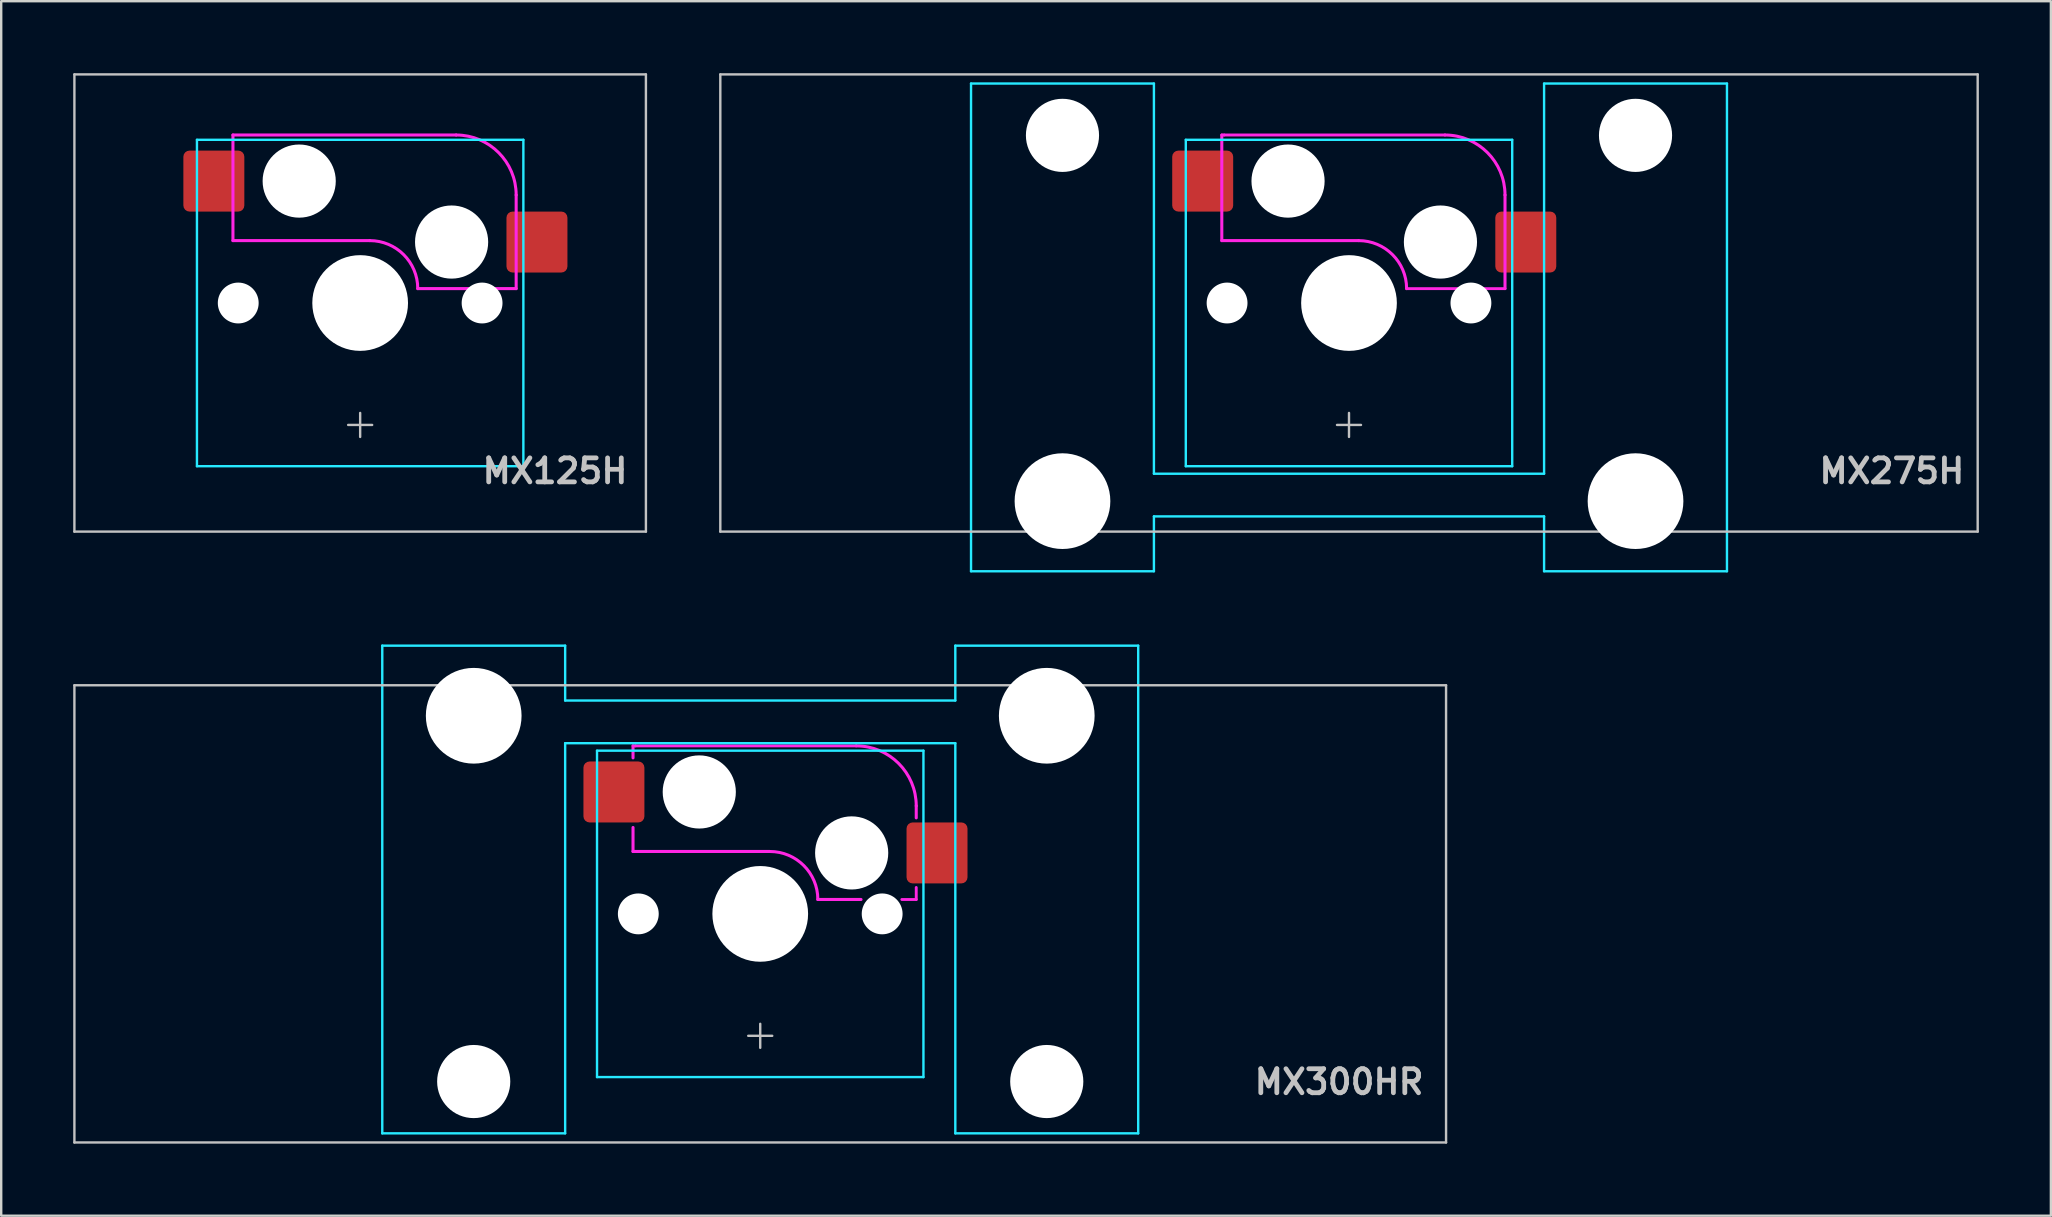
<source format=kicad_pcb>
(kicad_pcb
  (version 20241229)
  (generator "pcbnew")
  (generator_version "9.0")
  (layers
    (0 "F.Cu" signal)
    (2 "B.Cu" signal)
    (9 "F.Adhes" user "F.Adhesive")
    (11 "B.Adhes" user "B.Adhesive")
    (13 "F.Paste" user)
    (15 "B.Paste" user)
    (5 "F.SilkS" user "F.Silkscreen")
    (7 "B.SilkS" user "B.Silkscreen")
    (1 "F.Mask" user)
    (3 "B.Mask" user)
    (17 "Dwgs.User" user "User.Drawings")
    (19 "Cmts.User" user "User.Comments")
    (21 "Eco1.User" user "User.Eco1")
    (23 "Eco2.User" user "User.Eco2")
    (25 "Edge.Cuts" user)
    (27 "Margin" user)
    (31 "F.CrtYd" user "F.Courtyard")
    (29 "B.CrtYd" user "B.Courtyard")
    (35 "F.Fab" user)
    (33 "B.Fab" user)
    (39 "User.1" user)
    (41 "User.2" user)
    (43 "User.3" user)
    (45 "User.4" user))
  (footprint "MX125H"
    (layer "F.Cu")
    (at 11.956 9.575)
    (property "Reference" "MX125H" (at 11.25 7 180) (layer "Dwgs.User") (effects (font (size 1 1) (thickness 0.2)) (justify right)))
    (attr smd)
    (fp_line (start -11.906 -9.525) (end -11.906 9.525) (stroke (width 0.1) (type solid)) (layer "Dwgs.User"))
    (fp_line (start -11.906 -9.525) (end 11.906 -9.525) (stroke (width 0.1) (type solid)) (layer "Dwgs.User"))
    (fp_line (start -11.906 9.525) (end 11.906 9.525) (stroke (width 0.1) (type solid)) (layer "Dwgs.User"))
    (fp_line (start -0.5 5.08) (end 0.5 5.08) (stroke (width 0.1) (type solid)) (layer "Dwgs.User"))
    (fp_line (start 0 4.58) (end 0 5.58) (stroke (width 0.1) (type solid)) (layer "Dwgs.User"))
    (fp_line (start 11.906 9.525) (end 11.906 -9.525) (stroke (width 0.1) (type solid)) (layer "Dwgs.User"))
    (fp_line (start -7 -6.5) (end -7 6.5) (stroke (width 0.1) (type solid)) (layer "Eco1.User"))
    (fp_line (start -6.5 7) (end 6.5 7) (stroke (width 0.1) (type solid)) (layer "Eco1.User"))
    (fp_line (start 6.5 -7) (end -6.5 -7) (stroke (width 0.1) (type solid)) (layer "Eco1.User"))
    (fp_line (start 7 6.5) (end 7 -6.5) (stroke (width 0.1) (type solid)) (layer "Eco1.User"))
    (fp_arc (start -7 -6.5) (mid -6.853553 -6.853553) (end -6.5 -7) (stroke (width 0.1) (type solid)) (layer "Eco1.User"))
    (fp_arc (start -6.5 7) (mid -6.853553 6.853553) (end -7 6.5) (stroke (width 0.1) (type solid)) (layer "Eco1.User"))
    (fp_arc (start 6.5 -7) (mid 6.853553 -6.853553) (end 7 -6.5) (stroke (width 0.1) (type solid)) (layer "Eco1.User"))
    (fp_arc (start 7 6.5) (mid 6.853553 6.853553) (end 6.5 7) (stroke (width 0.1) (type solid)) (layer "Eco1.User"))
    (fp_line (start -6.8 -6.8) (end -6.8 6.8) (stroke (width 0.1) (type solid)) (layer "B.CrtYd"))
    (fp_line (start -6.8 -6.8) (end 6.8 -6.8) (stroke (width 0.1) (type solid)) (layer "B.CrtYd"))
    (fp_line (start -6.8 6.8) (end 6.8 6.8) (stroke (width 0.1) (type solid)) (layer "B.CrtYd"))
    (fp_line (start 6.8 -6.8) (end 6.8 6.8) (stroke (width 0.1) (type solid)) (layer "B.CrtYd"))
    (fp_line (start -5.3 -7) (end -5.3 -2.6) (stroke (width 0.127) (type solid)) (layer "F.CrtYd"))
    (fp_line (start -5.3 -7) (end 4 -7) (stroke (width 0.127) (type solid)) (layer "F.CrtYd"))
    (fp_line (start 0.4 -2.6) (end -5.3 -2.6) (stroke (width 0.127) (type solid)) (layer "F.CrtYd"))
    (fp_line (start 6.5 -4.5) (end 6.5 -0.6) (stroke (width 0.127) (type solid)) (layer "F.CrtYd"))
    (fp_line (start 6.5 -0.6) (end 2.4 -0.6) (stroke (width 0.127) (type solid)) (layer "F.CrtYd"))
    (fp_arc (start 0.4 -2.6) (mid 1.814214 -2.014214) (end 2.4 -0.6) (stroke (width 0.127) (type solid)) (layer "F.CrtYd"))
    (fp_arc (start 4 -7) (mid 5.767767 -6.267767) (end 6.5 -4.5) (stroke (width 0.127) (type solid)) (layer "F.CrtYd"))
    (pad "" np_thru_hole circle (at -5.08 0) (size 1.702 1.702) (drill 1.702) (layers "*.Cu" "*.Mask"))
    (pad "" np_thru_hole circle (at -2.54 -5.08) (size 3.048 3.048) (drill 3.048) (layers "*.Cu" "*.Mask"))
    (pad "" np_thru_hole circle (at 0 0) (size 3.988 3.988) (drill 3.988) (layers "*.Cu" "*.Mask"))
    (pad "" np_thru_hole circle (at 3.81 -2.54 90) (size 3.048 3.048) (drill 3.048) (layers "*.Cu" "*.Mask"))
    (pad "" np_thru_hole circle (at 5.08 0) (size 1.702 1.702) (drill 1.702) (layers "*.Cu" "*.Mask"))
    (pad "1" smd roundrect (at -6.096 -5.08) (size 2.54 2.54) (layers "F.Cu" "F.Mask") (roundrect_rratio 0.1))
    (pad "2" smd roundrect (at 7.366 -2.54) (size 2.54 2.54) (layers "F.Cu" "F.Mask") (roundrect_rratio 0.1)))
  (footprint "MX300HR"
    (layer "F.Cu")
    (at 28.625 35.027)
    (property "Reference" "MX300HR" (at 27.75 7 0) (layer "Dwgs.User") (effects (font (size 1 1) (thickness 0.2)) (justify right)))
    (attr smd)
    (fp_line (start -28.575 -9.525) (end -28.575 9.525) (stroke (width 0.1) (type solid)) (layer "Dwgs.User"))
    (fp_line (start -28.575 -9.525) (end 28.575 -9.525) (stroke (width 0.1) (type solid)) (layer "Dwgs.User"))
    (fp_line (start -28.575 9.525) (end 28.575 9.525) (stroke (width 0.1) (type solid)) (layer "Dwgs.User"))
    (fp_line (start -0.5 5.08) (end 0.5 5.08) (stroke (width 0.1) (type solid)) (layer "Dwgs.User"))
    (fp_line (start 0 4.58) (end 0 5.58) (stroke (width 0.1) (type solid)) (layer "Dwgs.User"))
    (fp_line (start 28.575 -9.525) (end 28.575 9.525) (stroke (width 0.1) (type solid)) (layer "Dwgs.User"))
    (fp_line (start -15.438 -8.515) (end -15.438 5.485) (stroke (width 0.1) (type solid)) (layer "Eco1.User"))
    (fp_line (start -14.938 -9.015) (end -8.938 -9.015) (stroke (width 0.1) (type solid)) (layer "Eco1.User"))
    (fp_line (start -8.938 5.985) (end -14.938 5.985) (stroke (width 0.1) (type solid)) (layer "Eco1.User"))
    (fp_line (start -8.438 5.485) (end -8.438 -8.515) (stroke (width 0.1) (type solid)) (layer "Eco1.User"))
    (fp_line (start -7 -6.5) (end -7 6.5) (stroke (width 0.1) (type solid)) (layer "Eco1.User"))
    (fp_line (start -6.5 7) (end 6.5 7) (stroke (width 0.1) (type solid)) (layer "Eco1.User"))
    (fp_line (start 6.5 -7) (end -6.5 -7) (stroke (width 0.1) (type solid)) (layer "Eco1.User"))
    (fp_line (start 7 6.5) (end 7 -6.5) (stroke (width 0.1) (type solid)) (layer "Eco1.User"))
    (fp_line (start 8.438 -8.515) (end 8.438 5.485) (stroke (width 0.1) (type solid)) (layer "Eco1.User"))
    (fp_line (start 8.938 -9.015) (end 14.938 -9.015) (stroke (width 0.1) (type solid)) (layer "Eco1.User"))
    (fp_line (start 14.938 5.985) (end 8.938 5.985) (stroke (width 0.1) (type solid)) (layer "Eco1.User"))
    (fp_line (start 15.438 5.485) (end 15.438 -8.515) (stroke (width 0.1) (type solid)) (layer "Eco1.User"))
    (fp_arc (start -15.438 -8.515) (mid -15.291553 -8.868553) (end -14.938 -9.015) (stroke (width 0.1) (type solid)) (layer "Eco1.User"))
    (fp_arc (start -14.938 5.985) (mid -15.291553 5.838553) (end -15.438 5.485) (stroke (width 0.1) (type solid)) (layer "Eco1.User"))
    (fp_arc (start -8.938 -9.015) (mid -8.584447 -8.868553) (end -8.438 -8.515) (stroke (width 0.1) (type solid)) (layer "Eco1.User"))
    (fp_arc (start -8.438 5.485) (mid -8.584447 5.838553) (end -8.938 5.985) (stroke (width 0.1) (type solid)) (layer "Eco1.User"))
    (fp_arc (start -7 -6.5) (mid -6.853553 -6.853553) (end -6.5 -7) (stroke (width 0.1) (type solid)) (layer "Eco1.User"))
    (fp_arc (start -6.5 7) (mid -6.853553 6.853553) (end -7 6.5) (stroke (width 0.1) (type solid)) (layer "Eco1.User"))
    (fp_arc (start 6.5 -7) (mid 6.853553 -6.853553) (end 7 -6.5) (stroke (width 0.1) (type solid)) (layer "Eco1.User"))
    (fp_arc (start 7 6.5) (mid 6.853553 6.853553) (end 6.5 7) (stroke (width 0.1) (type solid)) (layer "Eco1.User"))
    (fp_arc (start 8.438 -8.515) (mid 8.584447 -8.868553) (end 8.938 -9.015) (stroke (width 0.1) (type solid)) (layer "Eco1.User"))
    (fp_arc (start 8.938 5.985) (mid 8.584447 5.838553) (end 8.438 5.485) (stroke (width 0.1) (type solid)) (layer "Eco1.User"))
    (fp_arc (start 14.938 -9.015) (mid 15.291553 -8.868553) (end 15.438 -8.515) (stroke (width 0.1) (type solid)) (layer "Eco1.User"))
    (fp_arc (start 15.438 5.485) (mid 15.291553 5.838553) (end 14.938 5.985) (stroke (width 0.1) (type solid)) (layer "Eco1.User"))
    (fp_line (start -15.748 -11.176) (end -15.748 9.144) (stroke (width 0.1) (type solid)) (layer "B.CrtYd"))
    (fp_line (start -15.748 -11.176) (end -8.128 -11.176) (stroke (width 0.1) (type solid)) (layer "B.CrtYd"))
    (fp_line (start -8.128 -8.89) (end -8.128 -11.176) (stroke (width 0.1) (type solid)) (layer "B.CrtYd"))
    (fp_line (start -8.128 -7.112) (end -8.128 9.142) (stroke (width 0.1) (type solid)) (layer "B.CrtYd"))
    (fp_line (start -8.128 9.144) (end -15.748 9.144) (stroke (width 0.1) (type solid)) (layer "B.CrtYd"))
    (fp_line (start -6.8 -6.8) (end -6.8 6.8) (stroke (width 0.1) (type solid)) (layer "B.CrtYd"))
    (fp_line (start 6.8 -6.8) (end -6.8 -6.8) (stroke (width 0.1) (type solid)) (layer "B.CrtYd"))
    (fp_line (start 6.8 -6.8) (end 6.8 6.8) (stroke (width 0.1) (type solid)) (layer "B.CrtYd"))
    (fp_line (start 6.8 6.8) (end -6.8 6.8) (stroke (width 0.1) (type solid)) (layer "B.CrtYd"))
    (fp_line (start 8.128 -8.89) (end -8.128 -8.89) (stroke (width 0.1) (type solid)) (layer "B.CrtYd"))
    (fp_line (start 8.128 -8.89) (end 8.128 -11.176) (stroke (width 0.1) (type solid)) (layer "B.CrtYd"))
    (fp_line (start 8.128 -7.112) (end -8.128 -7.112) (stroke (width 0.1) (type solid)) (layer "B.CrtYd"))
    (fp_line (start 8.128 -7.112) (end 8.128 9.144) (stroke (width 0.1) (type solid)) (layer "B.CrtYd"))
    (fp_line (start 8.128 9.144) (end 15.748 9.144) (stroke (width 0.1) (type solid)) (layer "B.CrtYd"))
    (fp_line (start 15.748 -11.176) (end 8.128 -11.176) (stroke (width 0.1) (type solid)) (layer "B.CrtYd"))
    (fp_line (start 15.748 9.144) (end 15.748 -11.176) (stroke (width 0.1) (type solid)) (layer "B.CrtYd"))
    (fp_line (start -5.3 -7) (end -5.3 -6.5) (stroke (width 0.127) (type solid)) (layer "F.CrtYd"))
    (fp_line (start -5.3 -3.6) (end -5.3 -2.6) (stroke (width 0.127) (type solid)) (layer "F.CrtYd"))
    (fp_line (start -5.2 -7) (end -5.3 -7) (stroke (width 0.12) (type solid)) (layer "F.CrtYd"))
    (fp_line (start 0.4 -2.6) (end -5.3 -2.6) (stroke (width 0.127) (type solid)) (layer "F.CrtYd"))
    (fp_line (start 4 -7) (end -5.2 -7) (stroke (width 0.12) (type solid)) (layer "F.CrtYd"))
    (fp_line (start 4.2 -0.6) (end 2.4 -0.6) (stroke (width 0.127) (type solid)) (layer "F.CrtYd"))
    (fp_line (start 6.5 -4.5) (end 6.5 -4) (stroke (width 0.127) (type solid)) (layer "F.CrtYd"))
    (fp_line (start 6.5 -1.1) (end 6.5 -0.6) (stroke (width 0.12) (type solid)) (layer "F.CrtYd"))
    (fp_line (start 6.5 -0.6) (end 5.9 -0.6) (stroke (width 0.12) (type solid)) (layer "F.CrtYd"))
    (fp_arc (start 0.4 -2.6) (mid 1.814214 -2.014214) (end 2.4 -0.6) (stroke (width 0.127) (type solid)) (layer "F.CrtYd"))
    (fp_arc (start 4 -7) (mid 5.767767 -6.267767) (end 6.5 -4.5) (stroke (width 0.127) (type solid)) (layer "F.CrtYd"))
    (pad "" np_thru_hole circle (at -11.938 -8.255 180) (size 3.988 3.988) (drill 3.988) (layers "*.Cu" "*.Mask"))
    (pad "" np_thru_hole circle (at -11.938 6.985 180) (size 3.048 3.048) (drill 3.048) (layers "*.Cu" "*.Mask"))
    (pad "" np_thru_hole circle (at -5.08 0) (size 1.702 1.702) (drill 1.702) (layers "*.Cu" "*.Mask"))
    (pad "" np_thru_hole circle (at -2.54 -5.08) (size 3.048 3.048) (drill 3.048) (layers "*.Cu" "*.Mask"))
    (pad "" np_thru_hole circle (at 0 0) (size 3.988 3.988) (drill 3.988) (layers "*.Cu" "*.Mask"))
    (pad "" np_thru_hole circle (at 3.81 -2.54) (size 3.048 3.048) (drill 3.048) (layers "*.Cu" "*.Mask"))
    (pad "" np_thru_hole circle (at 5.08 0) (size 1.702 1.702) (drill 1.702) (layers "*.Cu" "*.Mask"))
    (pad "" np_thru_hole circle (at 11.938 -8.255 180) (size 3.988 3.988) (drill 3.988) (layers "*.Cu" "*.Mask"))
    (pad "" np_thru_hole circle (at 11.938 6.985 180) (size 3.048 3.048) (drill 3.048) (layers "*.Cu" "*.Mask"))
    (pad "1" smd roundrect (at -6.096 -5.08) (size 2.54 2.54) (layers "F.Cu" "F.Mask" "F.Paste") (roundrect_rratio 0.1))
    (pad "2" smd roundrect (at 7.366 -2.54) (size 2.54 2.54) (layers "F.Cu" "F.Mask" "F.Paste") (roundrect_rratio 0.1)))
  (footprint "MX275H"
    (layer "F.Cu")
    (at 53.156 9.575)
    (property "Reference" "MX275H" (at 25.75 7 0) (layer "Dwgs.User") (effects (font (size 1 1) (thickness 0.2)) (justify right)))
    (attr smd)
    (fp_line (start -26.194 -9.525) (end -26.194 9.525) (stroke (width 0.1) (type solid)) (layer "Dwgs.User"))
    (fp_line (start -26.194 -9.525) (end 26.194 -9.525) (stroke (width 0.1) (type solid)) (layer "Dwgs.User"))
    (fp_line (start -26.194 9.525) (end 26.194 9.525) (stroke (width 0.1) (type solid)) (layer "Dwgs.User"))
    (fp_line (start -0.5 5.08) (end 0.5 5.08) (stroke (width 0.1) (type solid)) (layer "Dwgs.User"))
    (fp_line (start 0 4.58) (end 0 5.58) (stroke (width 0.1) (type solid)) (layer "Dwgs.User"))
    (fp_line (start 26.194 -9.525) (end 26.194 9.525) (stroke (width 0.1) (type solid)) (layer "Dwgs.User"))
    (fp_line (start -15.438 -5.485) (end -15.438 8.515) (stroke (width 0.1) (type solid)) (layer "Eco1.User"))
    (fp_line (start -14.938 -5.985) (end -8.938 -5.985) (stroke (width 0.1) (type solid)) (layer "Eco1.User"))
    (fp_line (start -8.938 9.015) (end -14.938 9.015) (stroke (width 0.1) (type solid)) (layer "Eco1.User"))
    (fp_line (start -8.438 8.515) (end -8.438 -5.485) (stroke (width 0.1) (type solid)) (layer "Eco1.User"))
    (fp_line (start -7 -6.5) (end -7 6.5) (stroke (width 0.1) (type solid)) (layer "Eco1.User"))
    (fp_line (start -6.5 7) (end 6.5 7) (stroke (width 0.1) (type solid)) (layer "Eco1.User"))
    (fp_line (start 6.5 -7) (end -6.5 -7) (stroke (width 0.1) (type solid)) (layer "Eco1.User"))
    (fp_line (start 7 6.5) (end 7 -6.5) (stroke (width 0.1) (type solid)) (layer "Eco1.User"))
    (fp_line (start 8.438 -5.485) (end 8.438 8.515) (stroke (width 0.1) (type solid)) (layer "Eco1.User"))
    (fp_line (start 8.938 -5.985) (end 14.938 -5.985) (stroke (width 0.1) (type solid)) (layer "Eco1.User"))
    (fp_line (start 14.938 9.015) (end 8.938 9.015) (stroke (width 0.1) (type solid)) (layer "Eco1.User"))
    (fp_line (start 15.438 8.515) (end 15.438 -5.485) (stroke (width 0.1) (type solid)) (layer "Eco1.User"))
    (fp_arc (start -15.438 -5.485) (mid -15.291553 -5.838553) (end -14.938 -5.985) (stroke (width 0.1) (type solid)) (layer "Eco1.User"))
    (fp_arc (start -14.938 9.015) (mid -15.291553 8.868553) (end -15.438 8.515) (stroke (width 0.1) (type solid)) (layer "Eco1.User"))
    (fp_arc (start -8.938 -5.985) (mid -8.584447 -5.838553) (end -8.438 -5.485) (stroke (width 0.1) (type solid)) (layer "Eco1.User"))
    (fp_arc (start -8.438 8.515) (mid -8.584447 8.868553) (end -8.938 9.015) (stroke (width 0.1) (type solid)) (layer "Eco1.User"))
    (fp_arc (start -7 -6.5) (mid -6.853553 -6.853553) (end -6.5 -7) (stroke (width 0.1) (type solid)) (layer "Eco1.User"))
    (fp_arc (start -6.5 7) (mid -6.853553 6.853553) (end -7 6.5) (stroke (width 0.1) (type solid)) (layer "Eco1.User"))
    (fp_arc (start 6.5 -7) (mid 6.853553 -6.853553) (end 7 -6.5) (stroke (width 0.1) (type solid)) (layer "Eco1.User"))
    (fp_arc (start 7 6.5) (mid 6.853553 6.853553) (end 6.5 7) (stroke (width 0.1) (type solid)) (layer "Eco1.User"))
    (fp_arc (start 8.438 -5.485) (mid 8.584447 -5.838553) (end 8.938 -5.985) (stroke (width 0.1) (type solid)) (layer "Eco1.User"))
    (fp_arc (start 8.938 9.015) (mid 8.584447 8.868553) (end 8.438 8.515) (stroke (width 0.1) (type solid)) (layer "Eco1.User"))
    (fp_arc (start 14.938 -5.985) (mid 15.291553 -5.838553) (end 15.438 -5.485) (stroke (width 0.1) (type solid)) (layer "Eco1.User"))
    (fp_arc (start 15.438 8.515) (mid 15.291553 8.868553) (end 14.938 9.015) (stroke (width 0.1) (type solid)) (layer "Eco1.User"))
    (fp_line (start -15.748 -9.144) (end -15.748 11.176) (stroke (width 0.1) (type solid)) (layer "B.CrtYd"))
    (fp_line (start -15.748 11.176) (end -8.128 11.176) (stroke (width 0.1) (type solid)) (layer "B.CrtYd"))
    (fp_line (start -8.128 -9.144) (end -15.748 -9.144) (stroke (width 0.1) (type solid)) (layer "B.CrtYd"))
    (fp_line (start -8.128 7.112) (end -8.128 -9.144) (stroke (width 0.1) (type solid)) (layer "B.CrtYd"))
    (fp_line (start -8.128 7.112) (end 8.128 7.112) (stroke (width 0.1) (type solid)) (layer "B.CrtYd"))
    (fp_line (start -8.128 8.89) (end -8.128 11.176) (stroke (width 0.1) (type solid)) (layer "B.CrtYd"))
    (fp_line (start -8.128 8.89) (end 8.128 8.89) (stroke (width 0.1) (type solid)) (layer "B.CrtYd"))
    (fp_line (start -6.8 -6.8) (end -6.8 6.8) (stroke (width 0.1) (type solid)) (layer "B.CrtYd"))
    (fp_line (start 6.8 -6.8) (end -6.8 -6.8) (stroke (width 0.1) (type solid)) (layer "B.CrtYd"))
    (fp_line (start 6.8 -6.8) (end 6.8 6.8) (stroke (width 0.1) (type solid)) (layer "B.CrtYd"))
    (fp_line (start 6.8 6.8) (end -6.8 6.8) (stroke (width 0.1) (type solid)) (layer "B.CrtYd"))
    (fp_line (start 8.128 -9.144) (end 15.748 -9.144) (stroke (width 0.1) (type solid)) (layer "B.CrtYd"))
    (fp_line (start 8.128 7.112) (end 8.128 -9.142) (stroke (width 0.1) (type solid)) (layer "B.CrtYd"))
    (fp_line (start 8.128 8.89) (end 8.128 11.176) (stroke (width 0.1) (type solid)) (layer "B.CrtYd"))
    (fp_line (start 15.748 11.176) (end 8.128 11.176) (stroke (width 0.1) (type solid)) (layer "B.CrtYd"))
    (fp_line (start 15.748 11.176) (end 15.748 -9.144) (stroke (width 0.1) (type solid)) (layer "B.CrtYd"))
    (fp_line (start -5.3 -7) (end -5.3 -2.6) (stroke (width 0.127) (type solid)) (layer "F.CrtYd"))
    (fp_line (start -5.2 -7) (end -5.3 -7) (stroke (width 0.12) (type solid)) (layer "F.CrtYd"))
    (fp_line (start 0.4 -2.6) (end -5.3 -2.6) (stroke (width 0.127) (type solid)) (layer "F.CrtYd"))
    (fp_line (start 4 -7) (end -5.2 -7) (stroke (width 0.12) (type solid)) (layer "F.CrtYd"))
    (fp_line (start 6.5 -4.5) (end 6.5 -0.6) (stroke (width 0.127) (type solid)) (layer "F.CrtYd"))
    (fp_line (start 6.5 -0.6) (end 2.4 -0.6) (stroke (width 0.12) (type solid)) (layer "F.CrtYd"))
    (fp_arc (start 0.4 -2.6) (mid 1.814214 -2.014214) (end 2.4 -0.6) (stroke (width 0.127) (type solid)) (layer "F.CrtYd"))
    (fp_arc (start 4 -7) (mid 5.767767 -6.267767) (end 6.5 -4.5) (stroke (width 0.127) (type solid)) (layer "F.CrtYd"))
    (pad "" np_thru_hole circle (at -11.938 -6.985) (size 3.048 3.048) (drill 3.048) (layers "*.Cu" "*.Mask"))
    (pad "" np_thru_hole circle (at -11.938 8.255) (size 3.988 3.988) (drill 3.988) (layers "*.Cu" "*.Mask"))
    (pad "" np_thru_hole circle (at -5.08 0) (size 1.702 1.702) (drill 1.702) (layers "*.Cu" "*.Mask"))
    (pad "" np_thru_hole circle (at -2.54 -5.08) (size 3.048 3.048) (drill 3.048) (layers "*.Cu" "*.Mask"))
    (pad "" np_thru_hole circle (at 0 0) (size 3.988 3.988) (drill 3.988) (layers "*.Cu" "*.Mask"))
    (pad "" np_thru_hole circle (at 3.81 -2.54) (size 3.048 3.048) (drill 3.048) (layers "*.Cu" "*.Mask"))
    (pad "" np_thru_hole circle (at 5.08 0) (size 1.702 1.702) (drill 1.702) (layers "*.Cu" "*.Mask"))
    (pad "" np_thru_hole circle (at 11.938 -6.985) (size 3.048 3.048) (drill 3.048) (layers "*.Cu" "*.Mask"))
    (pad "" np_thru_hole circle (at 11.938 8.255) (size 3.988 3.988) (drill 3.988) (layers "*.Cu" "*.Mask"))
    (pad "1" smd roundrect (at -6.096 -5.08) (size 2.54 2.54) (layers "F.Cu" "F.Mask") (roundrect_rratio 0.1))
    (pad "2" smd roundrect (at 7.366 -2.54) (size 2.54 2.54) (layers "F.Cu" "F.Mask") (roundrect_rratio 0.1)))
  (gr_rect
    (start -3 -3)
    (end 82.4 47.602)
    (stroke (width 0.1) (type default))
    (fill no)
    (layer "Edge.Cuts")))
</source>
